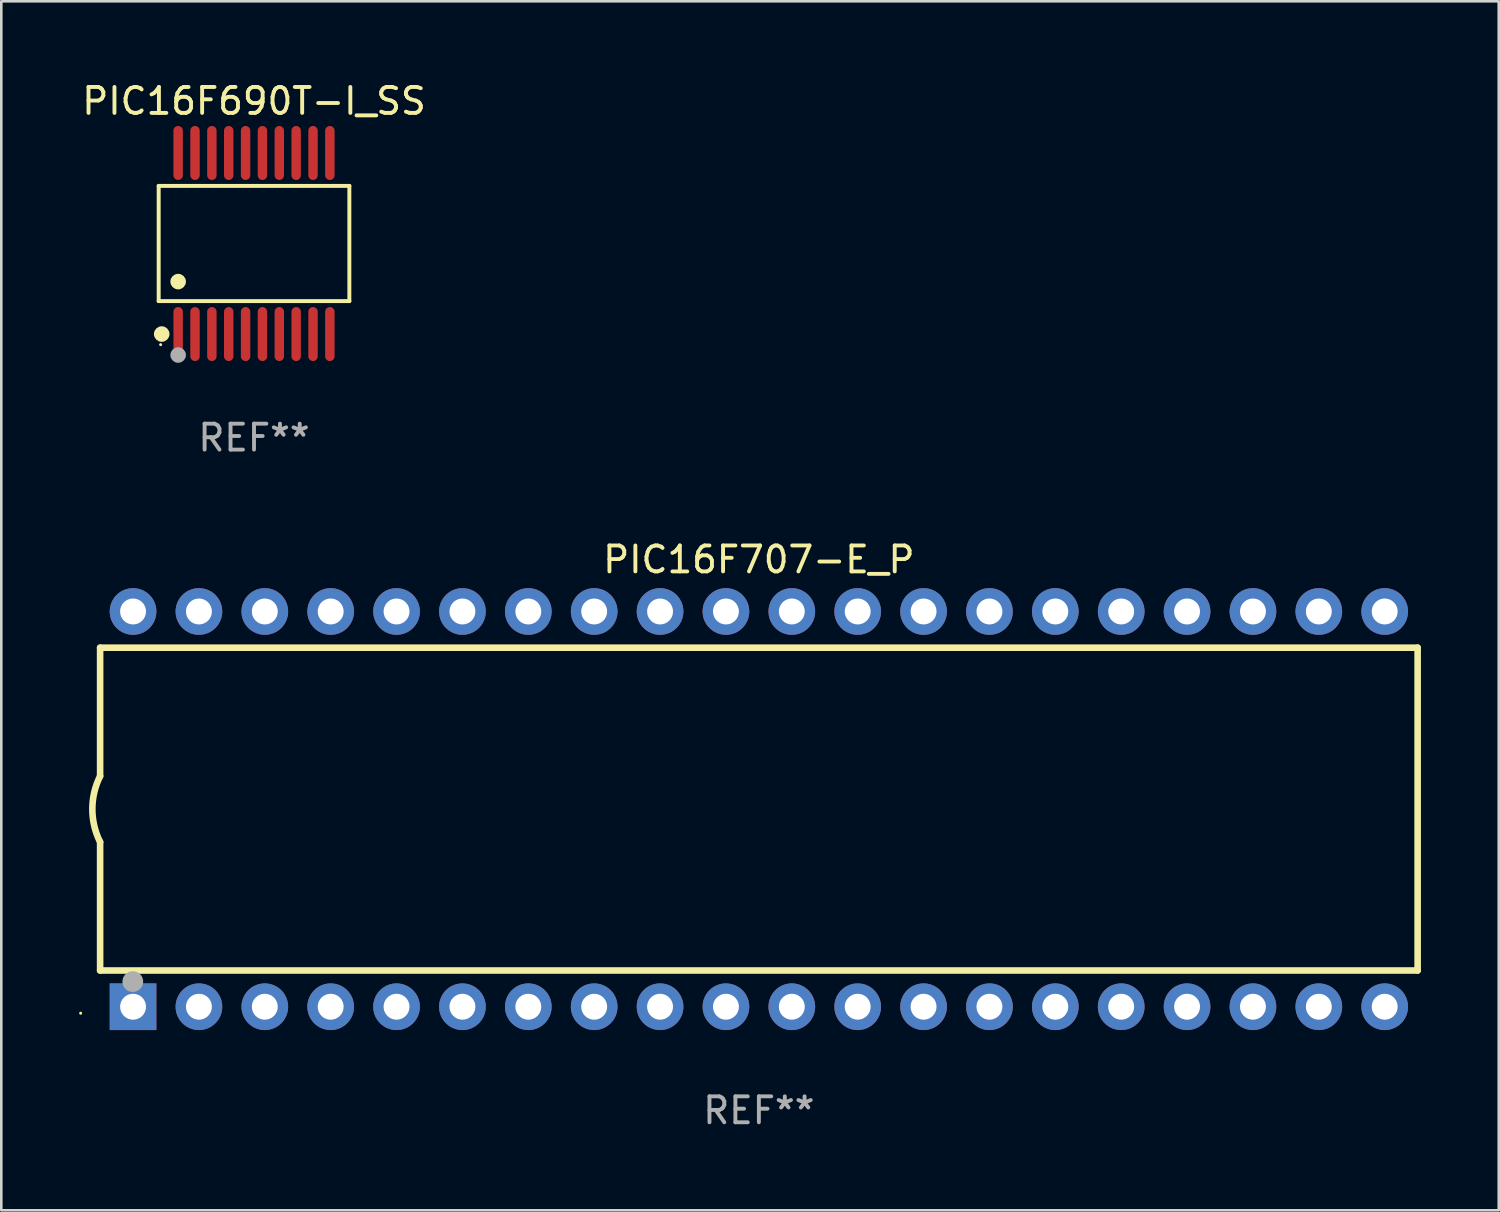
<source format=kicad_pcb>
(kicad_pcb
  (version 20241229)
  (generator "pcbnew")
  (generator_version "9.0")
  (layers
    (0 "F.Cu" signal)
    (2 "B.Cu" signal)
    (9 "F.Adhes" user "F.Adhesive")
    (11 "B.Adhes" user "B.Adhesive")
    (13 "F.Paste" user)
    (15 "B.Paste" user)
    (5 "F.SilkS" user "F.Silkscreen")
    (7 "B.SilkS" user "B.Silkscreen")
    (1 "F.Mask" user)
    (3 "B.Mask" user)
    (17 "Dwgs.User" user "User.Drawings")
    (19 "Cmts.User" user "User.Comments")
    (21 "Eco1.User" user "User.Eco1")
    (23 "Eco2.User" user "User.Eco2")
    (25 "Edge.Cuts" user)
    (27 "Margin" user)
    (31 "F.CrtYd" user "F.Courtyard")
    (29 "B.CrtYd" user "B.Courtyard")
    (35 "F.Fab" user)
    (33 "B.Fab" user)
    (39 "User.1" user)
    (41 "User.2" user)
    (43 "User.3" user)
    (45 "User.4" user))
  (footprint "PIC16F707-E_P"
    (layer "F.Cu")
    (at 26.21 28.147)
    (property "Reference" "PIC16F707-E_P" (at 0 -9.62 0) (layer "F.SilkS") (effects (font (size 1 1) (thickness 0.15))))
    (attr through_hole)
    (fp_line (start -25.4 -6.224) (end -25.4 -1.271) (stroke (width 0.254) (type solid)) (layer "F.SilkS"))
    (fp_line (start -25.4 -6.224) (end 25.4 -6.224) (stroke (width 0.254) (type solid)) (layer "F.SilkS"))
    (fp_line (start -25.4 1.269) (end -25.4 6.222) (stroke (width 0.254) (type solid)) (layer "F.SilkS"))
    (fp_line (start -25.4 6.222) (end 25.4 6.222) (stroke (width 0.254) (type solid)) (layer "F.SilkS"))
    (fp_line (start 25.4 6.222) (end 25.4 -6.224) (stroke (width 0.254) (type solid)) (layer "F.SilkS"))
    (fp_arc (start -25.4 1.269241) (mid -25.699807 -0.000762) (end -25.4 -1.270765) (stroke (width 0.254001) (type solid)) (layer "F.SilkS"))
    (fp_circle (center -26.15 7.87) (end -26.12 7.87) (stroke (width 0.06) (type solid)) (fill no) (layer "F.SilkS"))
    (fp_circle (center -24.14 6.65) (end -23.94 6.65) (stroke (width 0.4) (type solid)) (fill no) (layer "F.Fab"))
    (fp_text user "REF**" (at 0 11.62 0) (layer "F.Fab") (effects (font (size 1 1) (thickness 0.15))))
    (pad "1" thru_hole rect (at -24.13 7.62 90) (size 1.8 1.8) (drill 1) (layers "*.Cu" "*.Mask"))
    (pad "2" thru_hole circle (at -21.59 7.62) (size 1.8 1.8) (drill 1) (layers "*.Cu" "*.Mask"))
    (pad "3" thru_hole circle (at -19.05 7.62) (size 1.8 1.8) (drill 1) (layers "*.Cu" "*.Mask"))
    (pad "4" thru_hole circle (at -16.51 7.62) (size 1.8 1.8) (drill 1) (layers "*.Cu" "*.Mask"))
    (pad "5" thru_hole circle (at -13.97 7.62) (size 1.8 1.8) (drill 1) (layers "*.Cu" "*.Mask"))
    (pad "6" thru_hole circle (at -11.43 7.62) (size 1.8 1.8) (drill 1) (layers "*.Cu" "*.Mask"))
    (pad "7" thru_hole circle (at -8.89 7.62) (size 1.8 1.8) (drill 1) (layers "*.Cu" "*.Mask"))
    (pad "8" thru_hole circle (at -6.35 7.62) (size 1.8 1.8) (drill 1) (layers "*.Cu" "*.Mask"))
    (pad "9" thru_hole circle (at -3.81 7.62) (size 1.8 1.8) (drill 1) (layers "*.Cu" "*.Mask"))
    (pad "10" thru_hole circle (at -1.27 7.62) (size 1.8 1.8) (drill 1) (layers "*.Cu" "*.Mask"))
    (pad "11" thru_hole circle (at 1.27 7.62) (size 1.8 1.8) (drill 1) (layers "*.Cu" "*.Mask"))
    (pad "12" thru_hole circle (at 3.81 7.62) (size 1.8 1.8) (drill 1) (layers "*.Cu" "*.Mask"))
    (pad "13" thru_hole circle (at 6.35 7.62) (size 1.8 1.8) (drill 1) (layers "*.Cu" "*.Mask"))
    (pad "14" thru_hole circle (at 8.89 7.62) (size 1.8 1.8) (drill 1) (layers "*.Cu" "*.Mask"))
    (pad "15" thru_hole circle (at 11.43 7.62) (size 1.8 1.8) (drill 1) (layers "*.Cu" "*.Mask"))
    (pad "16" thru_hole circle (at 13.97 7.62) (size 1.8 1.8) (drill 1) (layers "*.Cu" "*.Mask"))
    (pad "17" thru_hole circle (at 16.51 7.62) (size 1.8 1.8) (drill 1) (layers "*.Cu" "*.Mask"))
    (pad "18" thru_hole circle (at 19.05 7.62) (size 1.8 1.8) (drill 1) (layers "*.Cu" "*.Mask"))
    (pad "19" thru_hole circle (at 21.59 7.62) (size 1.8 1.8) (drill 1) (layers "*.Cu" "*.Mask"))
    (pad "20" thru_hole circle (at 24.13 7.62) (size 1.8 1.8) (drill 1) (layers "*.Cu" "*.Mask"))
    (pad "21" thru_hole circle (at 24.13 -7.62) (size 1.8 1.8) (drill 1) (layers "*.Cu" "*.Mask"))
    (pad "22" thru_hole circle (at 21.59 -7.62) (size 1.8 1.8) (drill 1) (layers "*.Cu" "*.Mask"))
    (pad "23" thru_hole circle (at 19.05 -7.62) (size 1.8 1.8) (drill 1) (layers "*.Cu" "*.Mask"))
    (pad "24" thru_hole circle (at 16.51 -7.62) (size 1.8 1.8) (drill 1) (layers "*.Cu" "*.Mask"))
    (pad "25" thru_hole circle (at 13.97 -7.62) (size 1.8 1.8) (drill 1) (layers "*.Cu" "*.Mask"))
    (pad "26" thru_hole circle (at 11.43 -7.62) (size 1.8 1.8) (drill 1) (layers "*.Cu" "*.Mask"))
    (pad "27" thru_hole circle (at 8.89 -7.62) (size 1.8 1.8) (drill 1) (layers "*.Cu" "*.Mask"))
    (pad "28" thru_hole circle (at 6.35 -7.62) (size 1.8 1.8) (drill 1) (layers "*.Cu" "*.Mask"))
    (pad "29" thru_hole circle (at 3.81 -7.62) (size 1.8 1.8) (drill 1) (layers "*.Cu" "*.Mask"))
    (pad "30" thru_hole circle (at 1.27 -7.62) (size 1.8 1.8) (drill 1) (layers "*.Cu" "*.Mask"))
    (pad "31" thru_hole circle (at -1.27 -7.62) (size 1.8 1.8) (drill 1) (layers "*.Cu" "*.Mask"))
    (pad "32" thru_hole circle (at -3.81 -7.62) (size 1.8 1.8) (drill 1) (layers "*.Cu" "*.Mask"))
    (pad "33" thru_hole circle (at -6.35 -7.62) (size 1.8 1.8) (drill 1) (layers "*.Cu" "*.Mask"))
    (pad "34" thru_hole circle (at -8.89 -7.62) (size 1.8 1.8) (drill 1) (layers "*.Cu" "*.Mask"))
    (pad "35" thru_hole circle (at -11.43 -7.62) (size 1.8 1.8) (drill 1) (layers "*.Cu" "*.Mask"))
    (pad "36" thru_hole circle (at -13.97 -7.62) (size 1.8 1.8) (drill 1) (layers "*.Cu" "*.Mask"))
    (pad "37" thru_hole circle (at -16.51 -7.62) (size 1.8 1.8) (drill 1) (layers "*.Cu" "*.Mask"))
    (pad "38" thru_hole circle (at -19.05 -7.62) (size 1.8 1.8) (drill 1) (layers "*.Cu" "*.Mask"))
    (pad "39" thru_hole circle (at -21.59 -7.62) (size 1.8 1.8) (drill 1) (layers "*.Cu" "*.Mask"))
    (pad "40" thru_hole circle (at -24.13 -7.62) (size 1.8 1.8) (drill 1) (layers "*.Cu" "*.Mask")))
  (footprint "PIC16F690T-I_SS"
    (layer "F.Cu")
    (at 6.744 6.339)
    (property "Reference" "PIC16F690T-I_SS" (at 0 -5.491 0) (layer "F.SilkS") (effects (font (size 1 1) (thickness 0.15))))
    (attr through_hole)
    (fp_line (start -3.676 -2.221) (end 3.676 -2.221) (stroke (width 0.152) (type solid)) (layer "F.SilkS"))
    (fp_line (start -3.676 2.221) (end -3.676 -2.221) (stroke (width 0.152) (type solid)) (layer "F.SilkS"))
    (fp_line (start 3.676 -2.221) (end 3.676 2.221) (stroke (width 0.152) (type solid)) (layer "F.SilkS"))
    (fp_line (start 3.676 2.221) (end -3.676 2.221) (stroke (width 0.152) (type solid)) (layer "F.SilkS"))
    (fp_circle (center -3.6 3.9) (end -3.57 3.9) (stroke (width 0.06) (type solid)) (fill no) (layer "F.SilkS"))
    (fp_circle (center -3.559 3.491) (end -3.409 3.491) (stroke (width 0.3) (type solid)) (fill no) (layer "F.SilkS"))
    (fp_circle (center -2.925 1.469) (end -2.775 1.469) (stroke (width 0.3) (type solid)) (fill no) (layer "F.SilkS"))
    (fp_circle (center -2.925 4.3) (end -2.775 4.3) (stroke (width 0.3) (type solid)) (fill no) (layer "F.Fab"))
    (fp_text user "REF**" (at 0 7.491 0) (layer "F.Fab") (effects (font (size 1 1) (thickness 0.15))))
    (pad "1" smd oval (at -2.925 3.491) (size 0.364 2.082) (layers "F.Cu" "F.Mask" "F.Paste"))
    (pad "2" smd oval (at -2.275 3.491) (size 0.364 2.082) (layers "F.Cu" "F.Mask" "F.Paste"))
    (pad "3" smd oval (at -1.625 3.491) (size 0.364 2.082) (layers "F.Cu" "F.Mask" "F.Paste"))
    (pad "4" smd oval (at -0.975 3.491) (size 0.364 2.082) (layers "F.Cu" "F.Mask" "F.Paste"))
    (pad "5" smd oval (at -0.325 3.491) (size 0.364 2.082) (layers "F.Cu" "F.Mask" "F.Paste"))
    (pad "6" smd oval (at 0.325 3.491) (size 0.364 2.082) (layers "F.Cu" "F.Mask" "F.Paste"))
    (pad "7" smd oval (at 0.975 3.491) (size 0.364 2.082) (layers "F.Cu" "F.Mask" "F.Paste"))
    (pad "8" smd oval (at 1.625 3.491) (size 0.364 2.082) (layers "F.Cu" "F.Mask" "F.Paste"))
    (pad "9" smd oval (at 2.275 3.491) (size 0.364 2.082) (layers "F.Cu" "F.Mask" "F.Paste"))
    (pad "10" smd oval (at 2.925 3.491) (size 0.364 2.082) (layers "F.Cu" "F.Mask" "F.Paste"))
    (pad "11" smd oval (at 2.925 -3.491) (size 0.364 2.082) (layers "F.Cu" "F.Mask" "F.Paste"))
    (pad "12" smd oval (at 2.275 -3.491) (size 0.364 2.082) (layers "F.Cu" "F.Mask" "F.Paste"))
    (pad "13" smd oval (at 1.625 -3.491) (size 0.364 2.082) (layers "F.Cu" "F.Mask" "F.Paste"))
    (pad "14" smd oval (at 0.975 -3.491) (size 0.364 2.082) (layers "F.Cu" "F.Mask" "F.Paste"))
    (pad "15" smd oval (at 0.325 -3.491) (size 0.364 2.082) (layers "F.Cu" "F.Mask" "F.Paste"))
    (pad "16" smd oval (at -0.325 -3.491) (size 0.364 2.082) (layers "F.Cu" "F.Mask" "F.Paste"))
    (pad "17" smd oval (at -0.975 -3.491) (size 0.364 2.082) (layers "F.Cu" "F.Mask" "F.Paste"))
    (pad "18" smd oval (at -1.625 -3.491) (size 0.364 2.082) (layers "F.Cu" "F.Mask" "F.Paste"))
    (pad "19" smd oval (at -2.275 -3.491) (size 0.364 2.082) (layers "F.Cu" "F.Mask" "F.Paste"))
    (pad "20" smd oval (at -2.925 -3.491) (size 0.364 2.082) (layers "F.Cu" "F.Mask" "F.Paste")))
  (gr_rect
    (start -3 -3)
    (end 54.737 43.615)
    (stroke (width 0.1) (type default))
    (fill no)
    (layer "Edge.Cuts")))
</source>
